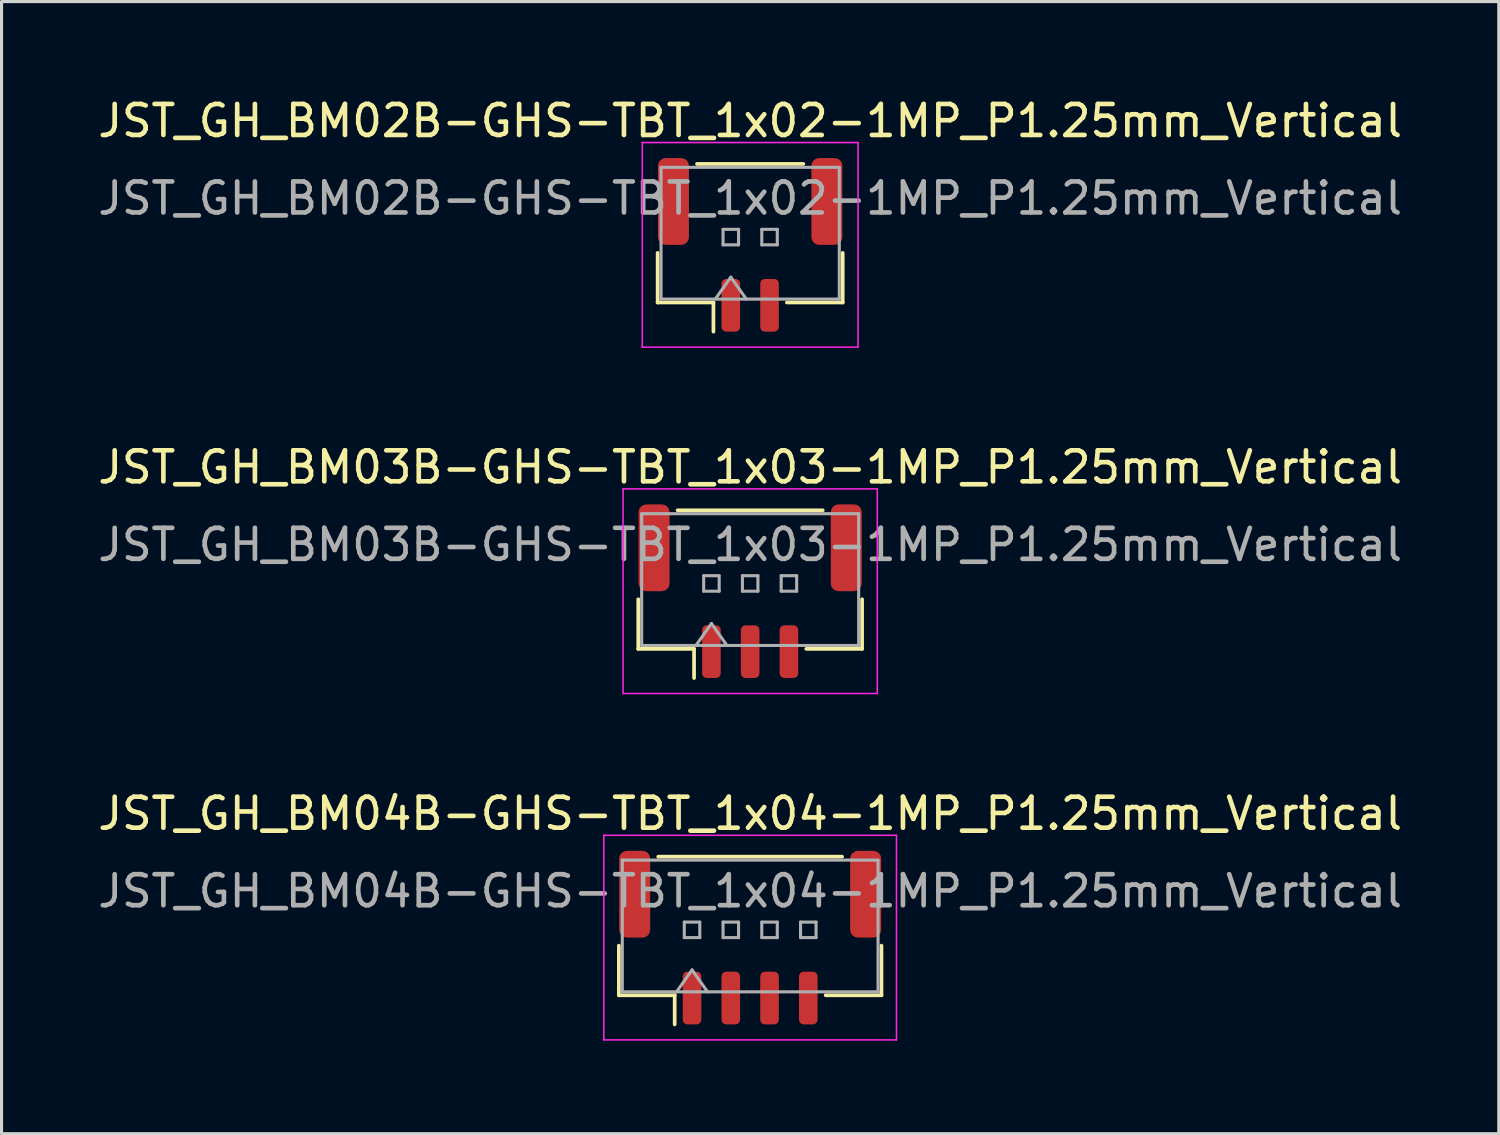
<source format=kicad_pcb>
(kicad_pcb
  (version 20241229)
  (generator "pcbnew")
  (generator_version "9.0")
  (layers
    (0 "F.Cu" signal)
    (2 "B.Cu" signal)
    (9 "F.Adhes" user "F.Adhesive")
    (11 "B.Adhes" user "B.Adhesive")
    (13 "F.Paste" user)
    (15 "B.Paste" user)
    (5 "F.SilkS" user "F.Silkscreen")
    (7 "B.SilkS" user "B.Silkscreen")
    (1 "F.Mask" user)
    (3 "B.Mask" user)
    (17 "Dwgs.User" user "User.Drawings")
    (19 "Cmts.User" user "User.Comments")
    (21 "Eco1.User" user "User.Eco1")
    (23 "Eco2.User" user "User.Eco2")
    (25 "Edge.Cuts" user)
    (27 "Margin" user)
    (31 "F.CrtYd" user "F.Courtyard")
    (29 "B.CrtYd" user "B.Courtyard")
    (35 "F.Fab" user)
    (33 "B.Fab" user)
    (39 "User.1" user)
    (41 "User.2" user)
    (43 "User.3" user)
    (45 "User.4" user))
  (footprint "JST_GH_BM02B-GHS-TBT_1x02-1MP_P1.25mm_Vertical"
    (layer "F.Cu")
    (at 21.149 4.848)
    (property "Reference" "JST_GH_BM02B-GHS-TBT_1x02-1MP_P1.25mm_Vertical" (at 0 -4 0) (layer "F.SilkS") (effects (font (size 1 1) (thickness 0.15))))
    (attr smd)
    (fp_line (start -2.985 0.26) (end -2.985 1.86) (stroke (width 0.12) (type solid)) (layer "F.SilkS"))
    (fp_line (start -2.985 1.86) (end -1.185 1.86) (stroke (width 0.12) (type solid)) (layer "F.SilkS"))
    (fp_line (start -1.715 -2.61) (end 1.715 -2.61) (stroke (width 0.12) (type solid)) (layer "F.SilkS"))
    (fp_line (start -1.185 1.86) (end -1.185 2.8) (stroke (width 0.12) (type solid)) (layer "F.SilkS"))
    (fp_line (start 2.985 0.26) (end 2.985 1.86) (stroke (width 0.12) (type solid)) (layer "F.SilkS"))
    (fp_line (start 2.985 1.86) (end 1.185 1.86) (stroke (width 0.12) (type solid)) (layer "F.SilkS"))
    (fp_line (start -3.48 -3.3) (end -3.48 3.3) (stroke (width 0.05) (type solid)) (layer "F.CrtYd"))
    (fp_line (start -3.48 3.3) (end 3.48 3.3) (stroke (width 0.05) (type solid)) (layer "F.CrtYd"))
    (fp_line (start 3.48 -3.3) (end -3.48 -3.3) (stroke (width 0.05) (type solid)) (layer "F.CrtYd"))
    (fp_line (start 3.48 3.3) (end 3.48 -3.3) (stroke (width 0.05) (type solid)) (layer "F.CrtYd"))
    (fp_line (start -2.875 -2.5) (end 2.875 -2.5) (stroke (width 0.1) (type solid)) (layer "F.Fab"))
    (fp_line (start -2.875 1.75) (end -2.875 -2.5) (stroke (width 0.1) (type solid)) (layer "F.Fab"))
    (fp_line (start -2.875 1.75) (end 2.875 1.75) (stroke (width 0.1) (type solid)) (layer "F.Fab"))
    (fp_line (start -1.125 1.75) (end -0.625 1.043) (stroke (width 0.1) (type solid)) (layer "F.Fab"))
    (fp_line (start -0.875 -0.5) (end -0.875 0) (stroke (width 0.1) (type solid)) (layer "F.Fab"))
    (fp_line (start -0.875 0) (end -0.375 0) (stroke (width 0.1) (type solid)) (layer "F.Fab"))
    (fp_line (start -0.625 1.043) (end -0.125 1.75) (stroke (width 0.1) (type solid)) (layer "F.Fab"))
    (fp_line (start -0.375 -0.5) (end -0.875 -0.5) (stroke (width 0.1) (type solid)) (layer "F.Fab"))
    (fp_line (start -0.375 0) (end -0.375 -0.5) (stroke (width 0.1) (type solid)) (layer "F.Fab"))
    (fp_line (start 0.375 -0.5) (end 0.375 0) (stroke (width 0.1) (type solid)) (layer "F.Fab"))
    (fp_line (start 0.375 0) (end 0.875 0) (stroke (width 0.1) (type solid)) (layer "F.Fab"))
    (fp_line (start 0.875 -0.5) (end 0.375 -0.5) (stroke (width 0.1) (type solid)) (layer "F.Fab"))
    (fp_line (start 0.875 0) (end 0.875 -0.5) (stroke (width 0.1) (type solid)) (layer "F.Fab"))
    (fp_line (start 2.875 1.75) (end 2.875 -2.5) (stroke (width 0.1) (type solid)) (layer "F.Fab"))
    (fp_text user "${REFERENCE}" (at 0 -1.5 0) (layer "F.Fab") (effects (font (size 1 1) (thickness 0.15))))
    (pad "1" smd roundrect (at -0.625 1.95) (size 0.6 1.7) (layers "F.Cu" "F.Mask" "F.Paste") (roundrect_rratio 0.25))
    (pad "2" smd roundrect (at 0.625 1.95) (size 0.6 1.7) (layers "F.Cu" "F.Mask" "F.Paste") (roundrect_rratio 0.25))
    (pad "MP" smd roundrect (at -2.475 -1.4) (size 1 2.8) (layers "F.Cu" "F.Mask" "F.Paste") (roundrect_rratio 0.25))
    (pad "MP" smd roundrect (at 2.475 -1.4) (size 1 2.8) (layers "F.Cu" "F.Mask" "F.Paste") (roundrect_rratio 0.25)))
  (footprint "JST_GH_BM03B-GHS-TBT_1x03-1MP_P1.25mm_Vertical"
    (layer "F.Cu")
    (at 21.149 16.021)
    (property "Reference" "JST_GH_BM03B-GHS-TBT_1x03-1MP_P1.25mm_Vertical" (at 0 -4 0) (layer "F.SilkS") (effects (font (size 1 1) (thickness 0.15))))
    (attr smd)
    (fp_line (start -3.61 0.26) (end -3.61 1.86) (stroke (width 0.12) (type solid)) (layer "F.SilkS"))
    (fp_line (start -3.61 1.86) (end -1.81 1.86) (stroke (width 0.12) (type solid)) (layer "F.SilkS"))
    (fp_line (start -2.34 -2.61) (end 2.34 -2.61) (stroke (width 0.12) (type solid)) (layer "F.SilkS"))
    (fp_line (start -1.81 1.86) (end -1.81 2.8) (stroke (width 0.12) (type solid)) (layer "F.SilkS"))
    (fp_line (start 3.61 0.26) (end 3.61 1.86) (stroke (width 0.12) (type solid)) (layer "F.SilkS"))
    (fp_line (start 3.61 1.86) (end 1.81 1.86) (stroke (width 0.12) (type solid)) (layer "F.SilkS"))
    (fp_line (start -4.1 -3.3) (end -4.1 3.3) (stroke (width 0.05) (type solid)) (layer "F.CrtYd"))
    (fp_line (start -4.1 3.3) (end 4.1 3.3) (stroke (width 0.05) (type solid)) (layer "F.CrtYd"))
    (fp_line (start 4.1 -3.3) (end -4.1 -3.3) (stroke (width 0.05) (type solid)) (layer "F.CrtYd"))
    (fp_line (start 4.1 3.3) (end 4.1 -3.3) (stroke (width 0.05) (type solid)) (layer "F.CrtYd"))
    (fp_line (start -3.5 -2.5) (end 3.5 -2.5) (stroke (width 0.1) (type solid)) (layer "F.Fab"))
    (fp_line (start -3.5 1.75) (end -3.5 -2.5) (stroke (width 0.1) (type solid)) (layer "F.Fab"))
    (fp_line (start -3.5 1.75) (end 3.5 1.75) (stroke (width 0.1) (type solid)) (layer "F.Fab"))
    (fp_line (start -1.75 1.75) (end -1.25 1.043) (stroke (width 0.1) (type solid)) (layer "F.Fab"))
    (fp_line (start -1.5 -0.5) (end -1.5 0) (stroke (width 0.1) (type solid)) (layer "F.Fab"))
    (fp_line (start -1.5 0) (end -1 0) (stroke (width 0.1) (type solid)) (layer "F.Fab"))
    (fp_line (start -1.25 1.043) (end -0.75 1.75) (stroke (width 0.1) (type solid)) (layer "F.Fab"))
    (fp_line (start -1 -0.5) (end -1.5 -0.5) (stroke (width 0.1) (type solid)) (layer "F.Fab"))
    (fp_line (start -1 0) (end -1 -0.5) (stroke (width 0.1) (type solid)) (layer "F.Fab"))
    (fp_line (start -0.25 -0.5) (end -0.25 0) (stroke (width 0.1) (type solid)) (layer "F.Fab"))
    (fp_line (start -0.25 0) (end 0.25 0) (stroke (width 0.1) (type solid)) (layer "F.Fab"))
    (fp_line (start 0.25 -0.5) (end -0.25 -0.5) (stroke (width 0.1) (type solid)) (layer "F.Fab"))
    (fp_line (start 0.25 0) (end 0.25 -0.5) (stroke (width 0.1) (type solid)) (layer "F.Fab"))
    (fp_line (start 1 -0.5) (end 1 0) (stroke (width 0.1) (type solid)) (layer "F.Fab"))
    (fp_line (start 1 0) (end 1.5 0) (stroke (width 0.1) (type solid)) (layer "F.Fab"))
    (fp_line (start 1.5 -0.5) (end 1 -0.5) (stroke (width 0.1) (type solid)) (layer "F.Fab"))
    (fp_line (start 1.5 0) (end 1.5 -0.5) (stroke (width 0.1) (type solid)) (layer "F.Fab"))
    (fp_line (start 3.5 1.75) (end 3.5 -2.5) (stroke (width 0.1) (type solid)) (layer "F.Fab"))
    (fp_text user "${REFERENCE}" (at 0 -1.5 0) (layer "F.Fab") (effects (font (size 1 1) (thickness 0.15))))
    (pad "1" smd roundrect (at -1.25 1.95) (size 0.6 1.7) (layers "F.Cu" "F.Mask" "F.Paste") (roundrect_rratio 0.25))
    (pad "2" smd roundrect (at 0 1.95) (size 0.6 1.7) (layers "F.Cu" "F.Mask" "F.Paste") (roundrect_rratio 0.25))
    (pad "3" smd roundrect (at 1.25 1.95) (size 0.6 1.7) (layers "F.Cu" "F.Mask" "F.Paste") (roundrect_rratio 0.25))
    (pad "MP" smd roundrect (at -3.1 -1.4) (size 1 2.8) (layers "F.Cu" "F.Mask" "F.Paste") (roundrect_rratio 0.25))
    (pad "MP" smd roundrect (at 3.1 -1.4) (size 1 2.8) (layers "F.Cu" "F.Mask" "F.Paste") (roundrect_rratio 0.25)))
  (footprint "JST_GH_BM04B-GHS-TBT_1x04-1MP_P1.25mm_Vertical"
    (layer "F.Cu")
    (at 21.149 27.195)
    (property "Reference" "JST_GH_BM04B-GHS-TBT_1x04-1MP_P1.25mm_Vertical" (at 0 -4 0) (layer "F.SilkS") (effects (font (size 1 1) (thickness 0.15))))
    (attr smd)
    (fp_line (start -4.235 0.26) (end -4.235 1.86) (stroke (width 0.12) (type solid)) (layer "F.SilkS"))
    (fp_line (start -4.235 1.86) (end -2.435 1.86) (stroke (width 0.12) (type solid)) (layer "F.SilkS"))
    (fp_line (start -2.965 -2.61) (end 2.965 -2.61) (stroke (width 0.12) (type solid)) (layer "F.SilkS"))
    (fp_line (start -2.435 1.86) (end -2.435 2.8) (stroke (width 0.12) (type solid)) (layer "F.SilkS"))
    (fp_line (start 4.235 0.26) (end 4.235 1.86) (stroke (width 0.12) (type solid)) (layer "F.SilkS"))
    (fp_line (start 4.235 1.86) (end 2.435 1.86) (stroke (width 0.12) (type solid)) (layer "F.SilkS"))
    (fp_line (start -4.72 -3.3) (end -4.72 3.3) (stroke (width 0.05) (type solid)) (layer "F.CrtYd"))
    (fp_line (start -4.72 3.3) (end 4.72 3.3) (stroke (width 0.05) (type solid)) (layer "F.CrtYd"))
    (fp_line (start 4.72 -3.3) (end -4.72 -3.3) (stroke (width 0.05) (type solid)) (layer "F.CrtYd"))
    (fp_line (start 4.72 3.3) (end 4.72 -3.3) (stroke (width 0.05) (type solid)) (layer "F.CrtYd"))
    (fp_line (start -4.125 -2.5) (end 4.125 -2.5) (stroke (width 0.1) (type solid)) (layer "F.Fab"))
    (fp_line (start -4.125 1.75) (end -4.125 -2.5) (stroke (width 0.1) (type solid)) (layer "F.Fab"))
    (fp_line (start -4.125 1.75) (end 4.125 1.75) (stroke (width 0.1) (type solid)) (layer "F.Fab"))
    (fp_line (start -2.375 1.75) (end -1.875 1.043) (stroke (width 0.1) (type solid)) (layer "F.Fab"))
    (fp_line (start -2.125 -0.5) (end -2.125 0) (stroke (width 0.1) (type solid)) (layer "F.Fab"))
    (fp_line (start -2.125 0) (end -1.625 0) (stroke (width 0.1) (type solid)) (layer "F.Fab"))
    (fp_line (start -1.875 1.043) (end -1.375 1.75) (stroke (width 0.1) (type solid)) (layer "F.Fab"))
    (fp_line (start -1.625 -0.5) (end -2.125 -0.5) (stroke (width 0.1) (type solid)) (layer "F.Fab"))
    (fp_line (start -1.625 0) (end -1.625 -0.5) (stroke (width 0.1) (type solid)) (layer "F.Fab"))
    (fp_line (start -0.875 -0.5) (end -0.875 0) (stroke (width 0.1) (type solid)) (layer "F.Fab"))
    (fp_line (start -0.875 0) (end -0.375 0) (stroke (width 0.1) (type solid)) (layer "F.Fab"))
    (fp_line (start -0.375 -0.5) (end -0.875 -0.5) (stroke (width 0.1) (type solid)) (layer "F.Fab"))
    (fp_line (start -0.375 0) (end -0.375 -0.5) (stroke (width 0.1) (type solid)) (layer "F.Fab"))
    (fp_line (start 0.375 -0.5) (end 0.375 0) (stroke (width 0.1) (type solid)) (layer "F.Fab"))
    (fp_line (start 0.375 0) (end 0.875 0) (stroke (width 0.1) (type solid)) (layer "F.Fab"))
    (fp_line (start 0.875 -0.5) (end 0.375 -0.5) (stroke (width 0.1) (type solid)) (layer "F.Fab"))
    (fp_line (start 0.875 0) (end 0.875 -0.5) (stroke (width 0.1) (type solid)) (layer "F.Fab"))
    (fp_line (start 1.625 -0.5) (end 1.625 0) (stroke (width 0.1) (type solid)) (layer "F.Fab"))
    (fp_line (start 1.625 0) (end 2.125 0) (stroke (width 0.1) (type solid)) (layer "F.Fab"))
    (fp_line (start 2.125 -0.5) (end 1.625 -0.5) (stroke (width 0.1) (type solid)) (layer "F.Fab"))
    (fp_line (start 2.125 0) (end 2.125 -0.5) (stroke (width 0.1) (type solid)) (layer "F.Fab"))
    (fp_line (start 4.125 1.75) (end 4.125 -2.5) (stroke (width 0.1) (type solid)) (layer "F.Fab"))
    (fp_text user "${REFERENCE}" (at 0 -1.5 0) (layer "F.Fab") (effects (font (size 1 1) (thickness 0.15))))
    (pad "1" smd roundrect (at -1.875 1.95) (size 0.6 1.7) (layers "F.Cu" "F.Mask" "F.Paste") (roundrect_rratio 0.25))
    (pad "2" smd roundrect (at -0.625 1.95) (size 0.6 1.7) (layers "F.Cu" "F.Mask" "F.Paste") (roundrect_rratio 0.25))
    (pad "3" smd roundrect (at 0.625 1.95) (size 0.6 1.7) (layers "F.Cu" "F.Mask" "F.Paste") (roundrect_rratio 0.25))
    (pad "4" smd roundrect (at 1.875 1.95) (size 0.6 1.7) (layers "F.Cu" "F.Mask" "F.Paste") (roundrect_rratio 0.25))
    (pad "MP" smd roundrect (at -3.725 -1.4) (size 1 2.8) (layers "F.Cu" "F.Mask" "F.Paste") (roundrect_rratio 0.25))
    (pad "MP" smd roundrect (at 3.725 -1.4) (size 1 2.8) (layers "F.Cu" "F.Mask" "F.Paste") (roundrect_rratio 0.25)))
  (gr_rect
    (start -3 -3)
    (end 45.298 33.52)
    (stroke (width 0.1) (type default))
    (fill no)
    (layer "Edge.Cuts")))
</source>
